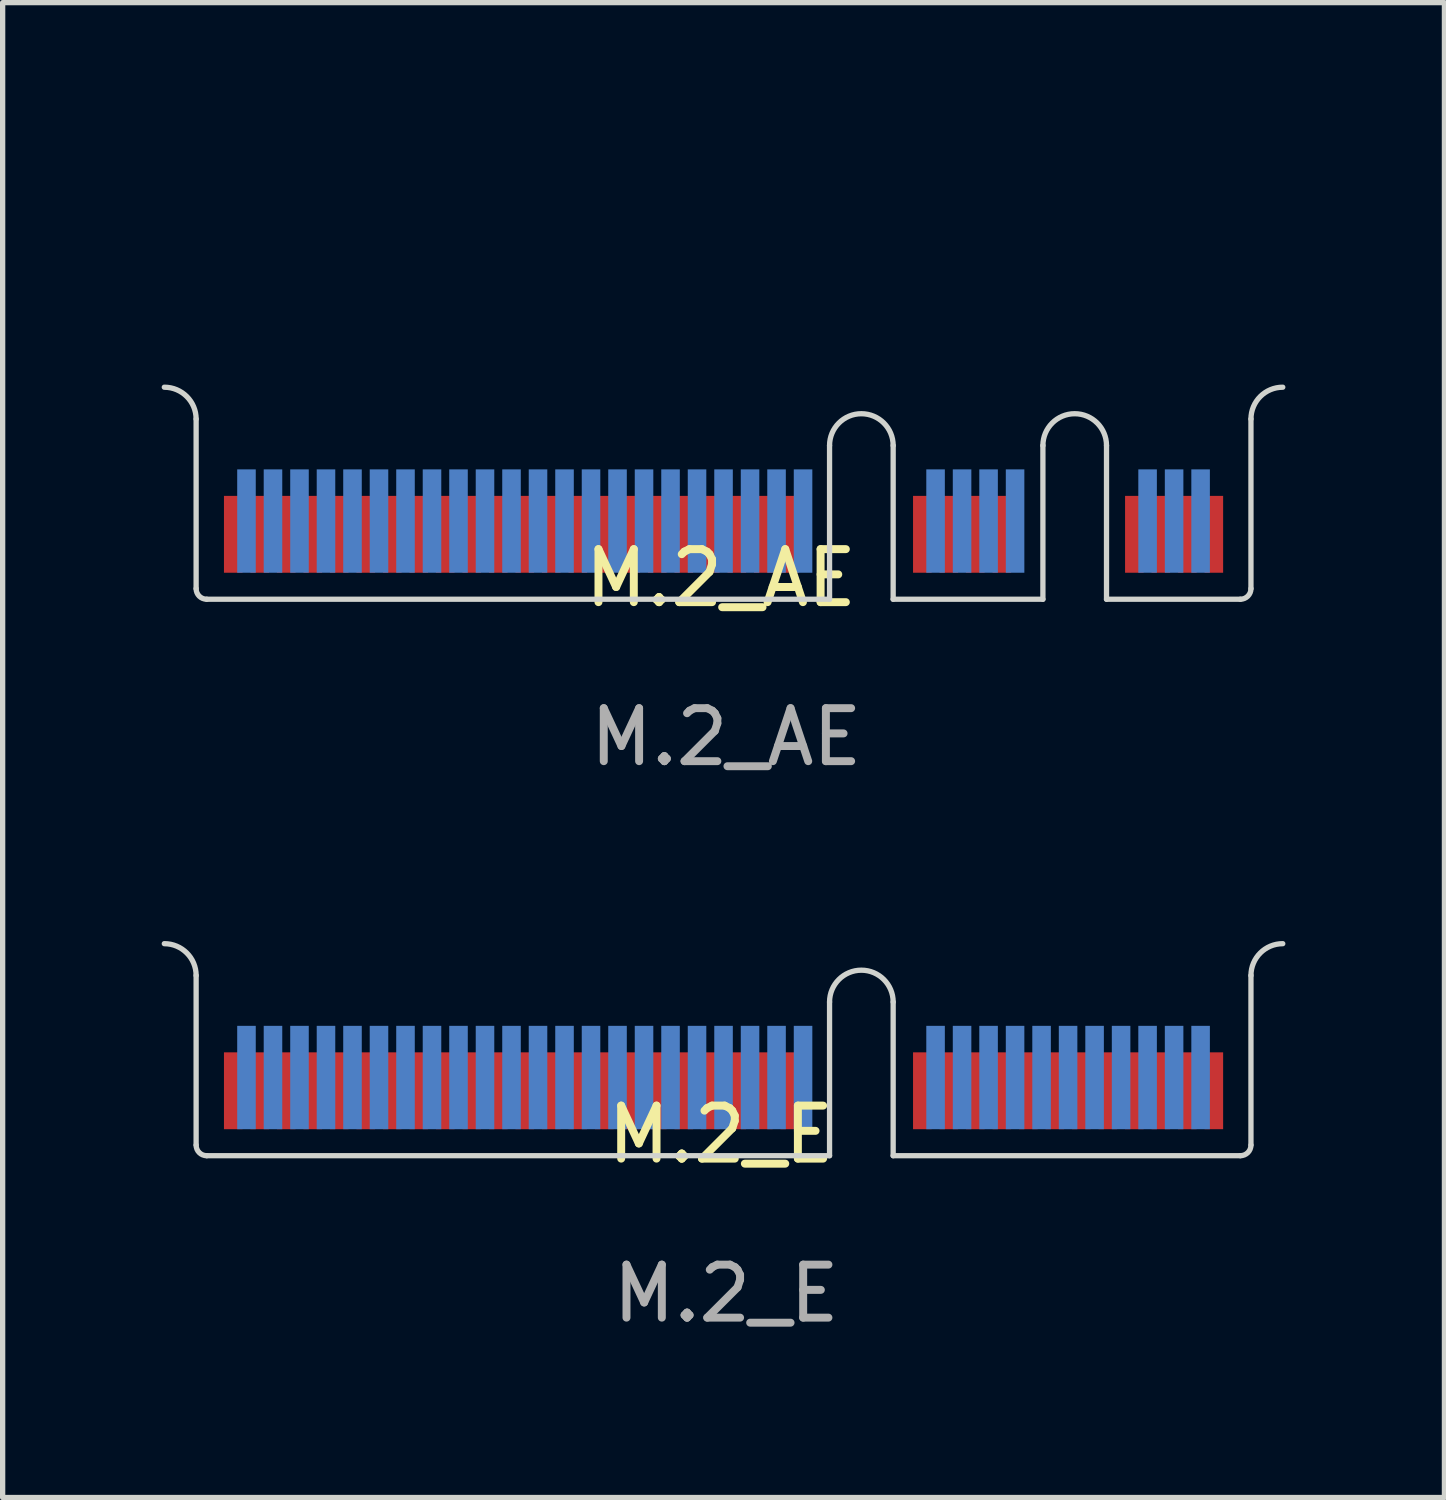
<source format=kicad_pcb>
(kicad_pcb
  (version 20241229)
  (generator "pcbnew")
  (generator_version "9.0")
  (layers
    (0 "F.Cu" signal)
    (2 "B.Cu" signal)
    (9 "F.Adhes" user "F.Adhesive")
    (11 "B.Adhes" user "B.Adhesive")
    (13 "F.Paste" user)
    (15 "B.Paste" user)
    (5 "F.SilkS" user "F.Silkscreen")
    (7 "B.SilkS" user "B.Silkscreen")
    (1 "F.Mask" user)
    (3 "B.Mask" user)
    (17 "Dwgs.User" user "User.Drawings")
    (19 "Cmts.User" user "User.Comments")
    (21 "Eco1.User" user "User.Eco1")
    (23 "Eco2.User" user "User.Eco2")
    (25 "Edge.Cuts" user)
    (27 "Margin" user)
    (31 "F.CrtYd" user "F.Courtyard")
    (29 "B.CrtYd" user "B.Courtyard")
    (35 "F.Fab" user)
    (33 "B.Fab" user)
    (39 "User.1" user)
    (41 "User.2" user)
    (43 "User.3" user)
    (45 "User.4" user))
  (footprint "M.2_AE"
    (layer "F.Cu")
    (at 10.6 8.255)
    (property "Reference" "M.2_AE" (at -0.05 -0.4 0) (unlocked yes) (layer "F.SilkS") (effects (font (size 1 1) (thickness 0.15))))
    (fp_rect (start -10 -2) (end 10 0) (stroke (width 0) (type solid)) (fill yes) (layer "F.Mask"))
    (fp_rect (start -10 -2) (end 10 0) (stroke (width 0) (type solid)) (fill yes) (layer "B.Mask"))
    (fp_line (start 0 -4.25) (end 0 -8.25) (stroke (width 0.01) (type solid)) (layer "Eco1.User"))
    (fp_line (start -9.95 -3.4) (end -9.95 -0.2) (stroke (width 0.1) (type solid)) (layer "Edge.Cuts"))
    (fp_line (start -9.75 0) (end 2 0) (stroke (width 0.1) (type solid)) (layer "Edge.Cuts"))
    (fp_line (start 2 -2.9) (end 2 0) (stroke (width 0.1) (type solid)) (layer "Edge.Cuts"))
    (fp_line (start 3.2 -2.9) (end 3.2 0) (stroke (width 0.1) (type solid)) (layer "Edge.Cuts"))
    (fp_line (start 3.2 0) (end 6.025 0) (stroke (width 0.1) (type solid)) (layer "Edge.Cuts"))
    (fp_line (start 6.025 -2.9) (end 6.025 0) (stroke (width 0.1) (type solid)) (layer "Edge.Cuts"))
    (fp_line (start 7.225 -2.9) (end 7.225 0) (stroke (width 0.1) (type solid)) (layer "Edge.Cuts"))
    (fp_line (start 9.75 0) (end 7.225 0) (stroke (width 0.1) (type solid)) (layer "Edge.Cuts"))
    (fp_line (start 9.95 -0.2) (end 9.95 -3.4) (stroke (width 0.1) (type solid)) (layer "Edge.Cuts"))
    (fp_arc (start -10.55 -4) (mid -10.125736 -3.824264) (end -9.95 -3.4) (stroke (width 0.1) (type solid)) (layer "Edge.Cuts"))
    (fp_arc (start -9.75 0) (mid -9.891421 -0.058579) (end -9.95 -0.2) (stroke (width 0.1) (type solid)) (layer "Edge.Cuts"))
    (fp_arc (start 2 -2.9) (mid 2.6 -3.5) (end 3.2 -2.9) (stroke (width 0.1) (type solid)) (layer "Edge.Cuts"))
    (fp_arc (start 6.025 -2.9) (mid 6.625 -3.5) (end 7.225 -2.9) (stroke (width 0.1) (type solid)) (layer "Edge.Cuts"))
    (fp_arc (start 9.95 -3.4) (mid 10.125736 -3.824264) (end 10.55 -4) (stroke (width 0.1) (type solid)) (layer "Edge.Cuts"))
    (fp_arc (start 9.95 -0.2) (mid 9.891421 -0.058579) (end 9.75 0) (stroke (width 0.1) (type solid)) (layer "Edge.Cuts"))
    (fp_text user "${REFERENCE}" (at 0.05 2.6 0) (unlocked yes) (layer "F.Fab") (effects (font (size 1 1) (thickness 0.15))))
    (pad "1" smd rect (at 9.25 -1.225) (size 0.35 1.45) (layers "F.Cu" "F.Mask" "F.Paste"))
    (pad "2" smd rect (at 9 -1.475) (size 0.35 1.95) (layers "B.Cu" "B.Mask" "B.Paste"))
    (pad "3" smd rect (at 8.75 -1.225) (size 0.35 1.45) (layers "F.Cu" "F.Mask" "F.Paste"))
    (pad "4" smd rect (at 8.5 -1.475) (size 0.35 1.95) (layers "B.Cu" "B.Mask" "B.Paste"))
    (pad "5" smd rect (at 8.25 -1.225) (size 0.35 1.45) (layers "F.Cu" "F.Mask" "F.Paste"))
    (pad "6" smd rect (at 8 -1.475) (size 0.35 1.95) (layers "B.Cu" "B.Mask" "B.Paste"))
    (pad "7" smd rect (at 7.75 -1.225) (size 0.35 1.45) (layers "F.Cu" "F.Mask" "F.Paste"))
    (pad "16" smd rect (at 5.5 -1.475) (size 0.35 1.95) (layers "B.Cu" "B.Mask" "B.Paste"))
    (pad "17" smd rect (at 5.25 -1.225) (size 0.35 1.45) (layers "F.Cu" "F.Mask" "F.Paste"))
    (pad "18" smd rect (at 5 -1.475) (size 0.35 1.95) (layers "B.Cu" "B.Mask" "B.Paste"))
    (pad "19" smd rect (at 4.75 -1.225) (size 0.35 1.45) (layers "F.Cu" "F.Mask" "F.Paste"))
    (pad "20" smd rect (at 4.5 -1.475) (size 0.35 1.95) (layers "B.Cu" "B.Mask" "B.Paste"))
    (pad "21" smd rect (at 4.25 -1.225) (size 0.35 1.45) (layers "F.Cu" "F.Mask" "F.Paste"))
    (pad "22" smd rect (at 4 -1.475) (size 0.35 1.95) (layers "B.Cu" "B.Mask" "B.Paste"))
    (pad "23" smd rect (at 3.75 -1.225) (size 0.35 1.45) (layers "F.Cu" "F.Mask" "F.Paste"))
    (pad "32" smd rect (at 1.5 -1.475) (size 0.35 1.95) (layers "B.Cu" "B.Mask" "B.Paste"))
    (pad "33" smd rect (at 1.25 -1.225) (size 0.35 1.45) (layers "F.Cu" "F.Mask" "F.Paste"))
    (pad "34" smd rect (at 1 -1.475) (size 0.35 1.95) (layers "B.Cu" "B.Mask" "B.Paste"))
    (pad "35" smd rect (at 0.75 -1.225) (size 0.35 1.45) (layers "F.Cu" "F.Mask" "F.Paste"))
    (pad "36" smd rect (at 0.5 -1.475) (size 0.35 1.95) (layers "B.Cu" "B.Mask" "B.Paste"))
    (pad "37" smd rect (at 0.25 -1.225) (size 0.35 1.45) (layers "F.Cu" "F.Mask" "F.Paste"))
    (pad "38" smd rect (at 0 -1.475) (size 0.35 1.95) (layers "B.Cu" "B.Mask" "B.Paste"))
    (pad "39" smd rect (at -0.25 -1.225) (size 0.35 1.45) (layers "F.Cu" "F.Mask" "F.Paste"))
    (pad "40" smd rect (at -0.5 -1.475) (size 0.35 1.95) (layers "B.Cu" "B.Mask" "B.Paste"))
    (pad "41" smd rect (at -0.75 -1.225) (size 0.35 1.45) (layers "F.Cu" "F.Mask" "F.Paste"))
    (pad "42" smd rect (at -1 -1.475) (size 0.35 1.95) (layers "B.Cu" "B.Mask" "B.Paste"))
    (pad "43" smd rect (at -1.25 -1.225) (size 0.35 1.45) (layers "F.Cu" "F.Mask" "F.Paste"))
    (pad "44" smd rect (at -1.5 -1.475) (size 0.35 1.95) (layers "B.Cu" "B.Mask" "B.Paste"))
    (pad "45" smd rect (at -1.75 -1.225) (size 0.35 1.45) (layers "F.Cu" "F.Mask" "F.Paste"))
    (pad "46" smd rect (at -2 -1.475) (size 0.35 1.95) (layers "B.Cu" "B.Mask" "B.Paste"))
    (pad "47" smd rect (at -2.25 -1.225) (size 0.35 1.45) (layers "F.Cu" "F.Mask" "F.Paste"))
    (pad "48" smd rect (at -2.5 -1.475) (size 0.35 1.95) (layers "B.Cu" "B.Mask" "B.Paste"))
    (pad "49" smd rect (at -2.75 -1.225) (size 0.35 1.45) (layers "F.Cu" "F.Mask" "F.Paste"))
    (pad "50" smd rect (at -3 -1.475) (size 0.35 1.95) (layers "B.Cu" "B.Mask" "B.Paste"))
    (pad "51" smd rect (at -3.25 -1.225) (size 0.35 1.45) (layers "F.Cu" "F.Mask" "F.Paste"))
    (pad "52" smd rect (at -3.5 -1.475) (size 0.35 1.95) (layers "B.Cu" "B.Mask" "B.Paste"))
    (pad "53" smd rect (at -3.75 -1.225) (size 0.35 1.45) (layers "F.Cu" "F.Mask" "F.Paste"))
    (pad "54" smd rect (at -4 -1.475) (size 0.35 1.95) (layers "B.Cu" "B.Mask" "B.Paste"))
    (pad "55" smd rect (at -4.25 -1.225) (size 0.35 1.45) (layers "F.Cu" "F.Mask" "F.Paste"))
    (pad "56" smd rect (at -4.5 -1.475) (size 0.35 1.95) (layers "B.Cu" "B.Mask" "B.Paste"))
    (pad "57" smd rect (at -4.75 -1.225) (size 0.35 1.45) (layers "F.Cu" "F.Mask" "F.Paste"))
    (pad "58" smd rect (at -5 -1.475) (size 0.35 1.95) (layers "B.Cu" "B.Mask" "B.Paste"))
    (pad "59" smd rect (at -5.25 -1.225) (size 0.35 1.45) (layers "F.Cu" "F.Mask" "F.Paste"))
    (pad "60" smd rect (at -5.5 -1.475) (size 0.35 1.95) (layers "B.Cu" "B.Mask" "B.Paste"))
    (pad "61" smd rect (at -5.75 -1.225) (size 0.35 1.45) (layers "F.Cu" "F.Mask" "F.Paste"))
    (pad "62" smd rect (at -6 -1.475) (size 0.35 1.95) (layers "B.Cu" "B.Mask" "B.Paste"))
    (pad "63" smd rect (at -6.25 -1.225) (size 0.35 1.45) (layers "F.Cu" "F.Mask" "F.Paste"))
    (pad "64" smd rect (at -6.5 -1.475) (size 0.35 1.95) (layers "B.Cu" "B.Mask" "B.Paste"))
    (pad "65" smd rect (at -6.75 -1.225) (size 0.35 1.45) (layers "F.Cu" "F.Mask" "F.Paste"))
    (pad "66" smd rect (at -7 -1.475) (size 0.35 1.95) (layers "B.Cu" "B.Mask" "B.Paste"))
    (pad "67" smd rect (at -7.25 -1.225) (size 0.35 1.45) (layers "F.Cu" "F.Mask" "F.Paste"))
    (pad "68" smd rect (at -7.5 -1.475) (size 0.35 1.95) (layers "B.Cu" "B.Mask" "B.Paste"))
    (pad "69" smd rect (at -7.75 -1.225) (size 0.35 1.45) (layers "F.Cu" "F.Mask" "F.Paste"))
    (pad "70" smd rect (at -8 -1.475) (size 0.35 1.95) (layers "B.Cu" "B.Mask" "B.Paste"))
    (pad "71" smd rect (at -8.25 -1.225) (size 0.35 1.45) (layers "F.Cu" "F.Mask" "F.Paste"))
    (pad "72" smd rect (at -8.5 -1.475) (size 0.35 1.95) (layers "B.Cu" "B.Mask" "B.Paste"))
    (pad "73" smd rect (at -8.75 -1.225) (size 0.35 1.45) (layers "F.Cu" "F.Mask" "F.Paste"))
    (pad "74" smd rect (at -9 -1.475) (size 0.35 1.95) (layers "B.Cu" "B.Mask" "B.Paste"))
    (pad "75" smd rect (at -9.25 -1.225) (size 0.35 1.45) (layers "F.Cu" "F.Mask" "F.Paste")))
  (footprint "M.2_E"
    (layer "F.Cu")
    (at 10.6 18.753)
    (property "Reference" "M.2_E" (at -0.05 -0.4 0) (unlocked yes) (layer "F.SilkS") (effects (font (size 1 1) (thickness 0.15))))
    (fp_rect (start -10 -2) (end 10 0) (stroke (width 0) (type solid)) (fill yes) (layer "F.Mask"))
    (fp_rect (start -10 -2.45) (end 10 0) (stroke (width 0) (type solid)) (fill yes) (layer "B.Mask"))
    (fp_line (start -9.95 -3.4) (end -9.95 -0.2) (stroke (width 0.1) (type solid)) (layer "Edge.Cuts"))
    (fp_line (start -9.75 0) (end 2 0) (stroke (width 0.1) (type solid)) (layer "Edge.Cuts"))
    (fp_line (start 2 -2.9) (end 2 0) (stroke (width 0.1) (type solid)) (layer "Edge.Cuts"))
    (fp_line (start 3.2 -2.9) (end 3.2 0) (stroke (width 0.1) (type solid)) (layer "Edge.Cuts"))
    (fp_line (start 3.2 0) (end 9.75 0) (stroke (width 0.1) (type solid)) (layer "Edge.Cuts"))
    (fp_line (start 9.95 -0.2) (end 9.95 -3.4) (stroke (width 0.1) (type solid)) (layer "Edge.Cuts"))
    (fp_arc (start -10.55 -4) (mid -10.125736 -3.824264) (end -9.95 -3.4) (stroke (width 0.1) (type solid)) (layer "Edge.Cuts"))
    (fp_arc (start -9.75 0) (mid -9.891421 -0.058579) (end -9.95 -0.2) (stroke (width 0.1) (type solid)) (layer "Edge.Cuts"))
    (fp_arc (start 2 -2.9) (mid 2.6 -3.5) (end 3.2 -2.9) (stroke (width 0.1) (type solid)) (layer "Edge.Cuts"))
    (fp_arc (start 9.95 -3.4) (mid 10.125736 -3.824264) (end 10.55 -4) (stroke (width 0.1) (type solid)) (layer "Edge.Cuts"))
    (fp_arc (start 9.95 -0.2) (mid 9.891421 -0.058579) (end 9.75 0) (stroke (width 0.1) (type solid)) (layer "Edge.Cuts"))
    (fp_text user "${REFERENCE}" (at 0.05 2.6 0) (unlocked yes) (layer "F.Fab") (effects (font (size 1 1) (thickness 0.15))))
    (pad "1" smd rect (at 9.25 -1.225) (size 0.35 1.45) (layers "F.Cu" "F.Mask"))
    (pad "2" smd rect (at 9 -1.475) (size 0.35 1.95) (layers "B.Cu" "B.Mask"))
    (pad "3" smd rect (at 8.75 -1.225) (size 0.35 1.45) (layers "F.Cu" "F.Mask"))
    (pad "4" smd rect (at 8.5 -1.475) (size 0.35 1.95) (layers "B.Cu" "B.Mask"))
    (pad "5" smd rect (at 8.25 -1.225) (size 0.35 1.45) (layers "F.Cu" "F.Mask"))
    (pad "6" smd rect (at 8 -1.475) (size 0.35 1.95) (layers "B.Cu" "B.Mask"))
    (pad "7" smd rect (at 7.75 -1.225) (size 0.35 1.45) (layers "F.Cu" "F.Mask"))
    (pad "8" smd rect (at 7.5 -1.475) (size 0.35 1.95) (layers "B.Cu" "B.Mask"))
    (pad "9" smd rect (at 7.25 -1.225) (size 0.35 1.45) (layers "F.Cu" "F.Mask"))
    (pad "10" smd rect (at 7 -1.475) (size 0.35 1.95) (layers "B.Cu" "B.Mask"))
    (pad "11" smd rect (at 6.75 -1.225) (size 0.35 1.45) (layers "F.Cu" "F.Mask"))
    (pad "12" smd rect (at 6.5 -1.475) (size 0.35 1.95) (layers "B.Cu" "B.Mask"))
    (pad "13" smd rect (at 6.25 -1.225) (size 0.35 1.45) (layers "F.Cu" "F.Mask"))
    (pad "14" smd rect (at 6 -1.475) (size 0.35 1.95) (layers "B.Cu" "B.Mask"))
    (pad "15" smd rect (at 5.75 -1.225) (size 0.35 1.45) (layers "F.Cu" "F.Mask"))
    (pad "16" smd rect (at 5.5 -1.475) (size 0.35 1.95) (layers "B.Cu" "B.Mask"))
    (pad "17" smd rect (at 5.25 -1.225) (size 0.35 1.45) (layers "F.Cu" "F.Mask"))
    (pad "18" smd rect (at 5 -1.475) (size 0.35 1.95) (layers "B.Cu" "B.Mask"))
    (pad "19" smd rect (at 4.75 -1.225) (size 0.35 1.45) (layers "F.Cu" "F.Mask"))
    (pad "20" smd rect (at 4.5 -1.475) (size 0.35 1.95) (layers "B.Cu" "B.Mask"))
    (pad "21" smd rect (at 4.25 -1.225) (size 0.35 1.45) (layers "F.Cu" "F.Mask"))
    (pad "22" smd rect (at 4 -1.475) (size 0.35 1.95) (layers "B.Cu" "B.Mask"))
    (pad "23" smd rect (at 3.75 -1.225) (size 0.35 1.45) (layers "F.Cu" "F.Mask"))
    (pad "32" smd rect (at 1.5 -1.475) (size 0.35 1.95) (layers "B.Cu" "B.Mask"))
    (pad "33" smd rect (at 1.25 -1.225) (size 0.35 1.45) (layers "F.Cu" "F.Mask"))
    (pad "34" smd rect (at 1 -1.475) (size 0.35 1.95) (layers "B.Cu" "B.Mask"))
    (pad "35" smd rect (at 0.75 -1.225) (size 0.35 1.45) (layers "F.Cu" "F.Mask"))
    (pad "36" smd rect (at 0.5 -1.475) (size 0.35 1.95) (layers "B.Cu" "B.Mask"))
    (pad "37" smd rect (at 0.25 -1.225) (size 0.35 1.45) (layers "F.Cu" "F.Mask"))
    (pad "38" smd rect (at 0 -1.475) (size 0.35 1.95) (layers "B.Cu" "B.Mask"))
    (pad "39" smd rect (at -0.25 -1.225) (size 0.35 1.45) (layers "F.Cu" "F.Mask"))
    (pad "40" smd rect (at -0.5 -1.475) (size 0.35 1.95) (layers "B.Cu" "B.Mask"))
    (pad "41" smd rect (at -0.75 -1.225) (size 0.35 1.45) (layers "F.Cu" "F.Mask"))
    (pad "42" smd rect (at -1 -1.475) (size 0.35 1.95) (layers "B.Cu" "B.Mask"))
    (pad "43" smd rect (at -1.25 -1.225) (size 0.35 1.45) (layers "F.Cu" "F.Mask"))
    (pad "44" smd rect (at -1.5 -1.475) (size 0.35 1.95) (layers "B.Cu" "B.Mask"))
    (pad "45" smd rect (at -1.75 -1.225) (size 0.35 1.45) (layers "F.Cu" "F.Mask"))
    (pad "46" smd rect (at -2 -1.475) (size 0.35 1.95) (layers "B.Cu" "B.Mask"))
    (pad "47" smd rect (at -2.25 -1.225) (size 0.35 1.45) (layers "F.Cu" "F.Mask"))
    (pad "48" smd rect (at -2.5 -1.475) (size 0.35 1.95) (layers "B.Cu" "B.Mask"))
    (pad "49" smd rect (at -2.75 -1.225) (size 0.35 1.45) (layers "F.Cu" "F.Mask"))
    (pad "50" smd rect (at -3 -1.475) (size 0.35 1.95) (layers "B.Cu" "B.Mask"))
    (pad "51" smd rect (at -3.25 -1.225) (size 0.35 1.45) (layers "F.Cu" "F.Mask"))
    (pad "52" smd rect (at -3.5 -1.475) (size 0.35 1.95) (layers "B.Cu" "B.Mask"))
    (pad "53" smd rect (at -3.75 -1.225) (size 0.35 1.45) (layers "F.Cu" "F.Mask"))
    (pad "54" smd rect (at -4 -1.475) (size 0.35 1.95) (layers "B.Cu" "B.Mask"))
    (pad "55" smd rect (at -4.25 -1.225) (size 0.35 1.45) (layers "F.Cu" "F.Mask"))
    (pad "56" smd rect (at -4.5 -1.475) (size 0.35 1.95) (layers "B.Cu" "B.Mask"))
    (pad "57" smd rect (at -4.75 -1.225) (size 0.35 1.45) (layers "F.Cu" "F.Mask"))
    (pad "58" smd rect (at -5 -1.475) (size 0.35 1.95) (layers "B.Cu" "B.Mask"))
    (pad "59" smd rect (at -5.25 -1.225) (size 0.35 1.45) (layers "F.Cu" "F.Mask"))
    (pad "60" smd rect (at -5.5 -1.475) (size 0.35 1.95) (layers "B.Cu" "B.Mask"))
    (pad "61" smd rect (at -5.75 -1.225) (size 0.35 1.45) (layers "F.Cu" "F.Mask"))
    (pad "62" smd rect (at -6 -1.475) (size 0.35 1.95) (layers "B.Cu" "B.Mask"))
    (pad "63" smd rect (at -6.25 -1.225) (size 0.35 1.45) (layers "F.Cu" "F.Mask"))
    (pad "64" smd rect (at -6.5 -1.475) (size 0.35 1.95) (layers "B.Cu" "B.Mask"))
    (pad "65" smd rect (at -6.75 -1.225) (size 0.35 1.45) (layers "F.Cu" "F.Mask"))
    (pad "66" smd rect (at -7 -1.475) (size 0.35 1.95) (layers "B.Cu" "B.Mask"))
    (pad "67" smd rect (at -7.25 -1.225) (size 0.35 1.45) (layers "F.Cu" "F.Mask"))
    (pad "68" smd rect (at -7.5 -1.475) (size 0.35 1.95) (layers "B.Cu" "B.Mask"))
    (pad "69" smd rect (at -7.75 -1.225) (size 0.35 1.45) (layers "F.Cu" "F.Mask"))
    (pad "70" smd rect (at -8 -1.475) (size 0.35 1.95) (layers "B.Cu" "B.Mask"))
    (pad "71" smd rect (at -8.25 -1.225) (size 0.35 1.45) (layers "F.Cu" "F.Mask"))
    (pad "72" smd rect (at -8.5 -1.475) (size 0.35 1.95) (layers "B.Cu" "B.Mask"))
    (pad "73" smd rect (at -8.75 -1.225) (size 0.35 1.45) (layers "F.Cu" "F.Mask"))
    (pad "74" smd rect (at -9 -1.475) (size 0.35 1.95) (layers "B.Cu" "B.Mask"))
    (pad "75" smd rect (at -9.25 -1.225) (size 0.35 1.45) (layers "F.Cu" "F.Mask")))
  (gr_rect
    (start -3 -3)
    (end 24.2 25.201)
    (stroke (width 0.1) (type default))
    (fill no)
    (layer "Edge.Cuts")))
</source>
